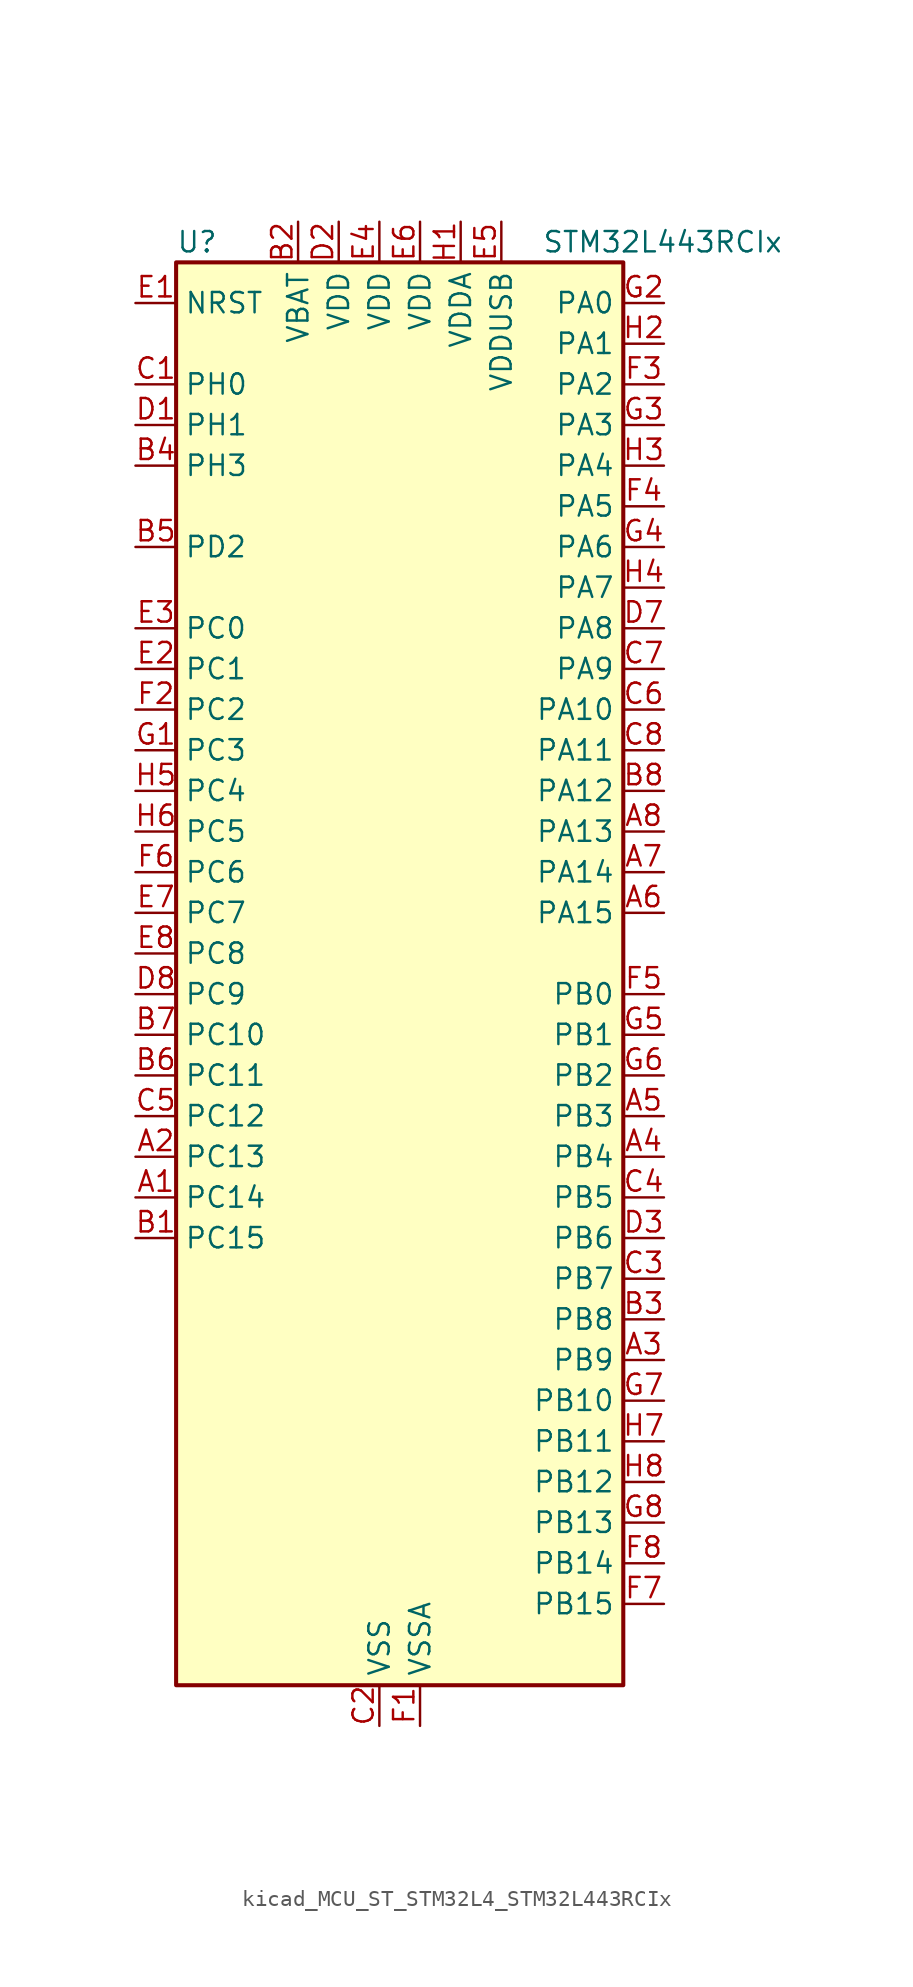
<source format=kicad_sym>
(kicad_symbol_lib
  (version 20220914)
  (generator kicad_symbol_editor)
  (symbol "kicad_MCU_ST_STM32L4_STM32L443RCIx"
    (property "Reference" "U"
      (at -12.7 46.99 0)
      (effects (font (size 1.27 1.27)) (justify left)))
    (property "Value" "STM32L443RCIx"
      (at 10.16 46.99 0)
      (effects (font (size 1.27 1.27)) (justify left)))
    (property "ki_locked" ""
      (at 0 0 0)
      (effects (font (size 1.27 1.27))))
    (symbol "kicad_MCU_ST_STM32L4_STM32L443RCIx_0_1"
      (rectangle (start -12.7 -43.18) (end 15.24 45.72) (stroke (width 0.254) (type default)) (fill (type background))))
    (symbol "kicad_MCU_ST_STM32L4_STM32L443RCIx_1_1"
      (pin bidirectional line (at -15.24 -12.7 0) (length 2.54) (name "PC14" (effects (font (size 1.27 1.27)))) (number "A1" (effects (font (size 1.27 1.27)))) (alternate "RCC_OSC32_IN" bidirectional line))
      (pin bidirectional line (at -15.24 -10.16 0) (length 2.54) (name "PC13" (effects (font (size 1.27 1.27)))) (number "A2" (effects (font (size 1.27 1.27)))) (alternate "RTC_OUT_ALARM" bidirectional line) (alternate "RTC_OUT_CALIB" bidirectional line) (alternate "RTC_TAMP1" bidirectional line) (alternate "RTC_TS" bidirectional line) (alternate "SYS_WKUP2" bidirectional line))
      (pin bidirectional line (at 17.78 -22.86 180) (length 2.54) (name "PB9" (effects (font (size 1.27 1.27)))) (number "A3" (effects (font (size 1.27 1.27)))) (alternate "CAN1_TX" bidirectional line) (alternate "DAC1_EXTI9" bidirectional line) (alternate "I2C1_SDA" bidirectional line) (alternate "IR_OUT" bidirectional line) (alternate "LCD_COM3" bidirectional line) (alternate "SAI1_FS_A" bidirectional line) (alternate "SDMMC1_D5" bidirectional line) (alternate "SPI2_NSS" bidirectional line))
      (pin bidirectional line (at 17.78 -10.16 180) (length 2.54) (name "PB4" (effects (font (size 1.27 1.27)))) (number "A4" (effects (font (size 1.27 1.27)))) (alternate "COMP2_INP" bidirectional line) (alternate "I2C3_SDA" bidirectional line) (alternate "LCD_SEG8" bidirectional line) (alternate "SAI1_MCLK_B" bidirectional line) (alternate "SPI1_MISO" bidirectional line) (alternate "SPI3_MISO" bidirectional line) (alternate "SYS_JTRST" bidirectional line) (alternate "TSC_G2_IO1" bidirectional line) (alternate "USART1_CTS" bidirectional line))
      (pin bidirectional line (at 17.78 -7.62 180) (length 2.54) (name "PB3" (effects (font (size 1.27 1.27)))) (number "A5" (effects (font (size 1.27 1.27)))) (alternate "COMP2_INM" bidirectional line) (alternate "LCD_SEG7" bidirectional line) (alternate "SAI1_SCK_B" bidirectional line) (alternate "SPI1_SCK" bidirectional line) (alternate "SPI3_SCK" bidirectional line) (alternate "SYS_JTDO-SWO" bidirectional line) (alternate "TIM2_CH2" bidirectional line) (alternate "USART1_DE" bidirectional line) (alternate "USART1_RTS" bidirectional line))
      (pin bidirectional line (at 17.78 5.08 180) (length 2.54) (name "PA15" (effects (font (size 1.27 1.27)))) (number "A6" (effects (font (size 1.27 1.27)))) (alternate "ADC1_EXTI15" bidirectional line) (alternate "LCD_SEG17" bidirectional line) (alternate "SPI1_NSS" bidirectional line) (alternate "SPI3_NSS" bidirectional line) (alternate "SWPMI1_SUSPEND" bidirectional line) (alternate "SYS_JTDI" bidirectional line) (alternate "TIM2_CH1" bidirectional line) (alternate "TIM2_ETR" bidirectional line) (alternate "TSC_G3_IO1" bidirectional line) (alternate "USART2_RX" bidirectional line) (alternate "USART3_DE" bidirectional line) (alternate "USART3_RTS" bidirectional line))
      (pin bidirectional line (at 17.78 7.62 180) (length 2.54) (name "PA14" (effects (font (size 1.27 1.27)))) (number "A7" (effects (font (size 1.27 1.27)))) (alternate "I2C1_SMBA" bidirectional line) (alternate "LPTIM1_OUT" bidirectional line) (alternate "SAI1_FS_B" bidirectional line) (alternate "SWPMI1_RX" bidirectional line) (alternate "SYS_JTCK-SWCLK" bidirectional line))
      (pin bidirectional line (at 17.78 10.16 180) (length 2.54) (name "PA13" (effects (font (size 1.27 1.27)))) (number "A8" (effects (font (size 1.27 1.27)))) (alternate "IR_OUT" bidirectional line) (alternate "SAI1_SD_B" bidirectional line) (alternate "SWPMI1_TX" bidirectional line) (alternate "SYS_JTMS-SWDIO" bidirectional line) (alternate "USB_NOE" bidirectional line))
      (pin bidirectional line (at -15.24 -15.24 0) (length 2.54) (name "PC15" (effects (font (size 1.27 1.27)))) (number "B1" (effects (font (size 1.27 1.27)))) (alternate "ADC1_EXTI15" bidirectional line) (alternate "RCC_OSC32_OUT" bidirectional line))
      (pin power_in line (at -5.08 48.26 270) (length 2.54) (name "VBAT" (effects (font (size 1.27 1.27)))) (number "B2" (effects (font (size 1.27 1.27)))))
      (pin bidirectional line (at 17.78 -20.32 180) (length 2.54) (name "PB8" (effects (font (size 1.27 1.27)))) (number "B3" (effects (font (size 1.27 1.27)))) (alternate "CAN1_RX" bidirectional line) (alternate "I2C1_SCL" bidirectional line) (alternate "LCD_SEG16" bidirectional line) (alternate "SAI1_MCLK_A" bidirectional line) (alternate "SDMMC1_D4" bidirectional line) (alternate "TIM16_CH1" bidirectional line))
      (pin bidirectional line (at -15.24 33.02 0) (length 2.54) (name "PH3" (effects (font (size 1.27 1.27)))) (number "B4" (effects (font (size 1.27 1.27)))))
      (pin bidirectional line (at -15.24 27.94 0) (length 2.54) (name "PD2" (effects (font (size 1.27 1.27)))) (number "B5" (effects (font (size 1.27 1.27)))) (alternate "LCD_COM7" bidirectional line) (alternate "LCD_SEG31" bidirectional line) (alternate "LCD_SEG43" bidirectional line) (alternate "SDMMC1_CMD" bidirectional line) (alternate "TSC_SYNC" bidirectional line) (alternate "USART3_DE" bidirectional line) (alternate "USART3_RTS" bidirectional line))
      (pin bidirectional line (at -15.24 -5.08 0) (length 2.54) (name "PC11" (effects (font (size 1.27 1.27)))) (number "B6" (effects (font (size 1.27 1.27)))) (alternate "ADC1_EXTI11" bidirectional line) (alternate "LCD_COM5" bidirectional line) (alternate "LCD_SEG29" bidirectional line) (alternate "LCD_SEG41" bidirectional line) (alternate "SDMMC1_D3" bidirectional line) (alternate "SPI3_MISO" bidirectional line) (alternate "TSC_G3_IO3" bidirectional line) (alternate "USART3_RX" bidirectional line))
      (pin bidirectional line (at -15.24 -2.54 0) (length 2.54) (name "PC10" (effects (font (size 1.27 1.27)))) (number "B7" (effects (font (size 1.27 1.27)))) (alternate "LCD_COM4" bidirectional line) (alternate "LCD_SEG28" bidirectional line) (alternate "LCD_SEG40" bidirectional line) (alternate "SDMMC1_D2" bidirectional line) (alternate "SPI3_SCK" bidirectional line) (alternate "TSC_G3_IO2" bidirectional line) (alternate "USART3_TX" bidirectional line))
      (pin bidirectional line (at 17.78 12.7 180) (length 2.54) (name "PA12" (effects (font (size 1.27 1.27)))) (number "B8" (effects (font (size 1.27 1.27)))) (alternate "CAN1_TX" bidirectional line) (alternate "SPI1_MOSI" bidirectional line) (alternate "TIM1_ETR" bidirectional line) (alternate "USART1_DE" bidirectional line) (alternate "USART1_RTS" bidirectional line) (alternate "USB_DP" bidirectional line))
      (pin bidirectional line (at -15.24 38.1 0) (length 2.54) (name "PH0" (effects (font (size 1.27 1.27)))) (number "C1" (effects (font (size 1.27 1.27)))) (alternate "RCC_OSC_IN" bidirectional line))
      (pin power_in line (at 0 -45.72 90) (length 2.54) (name "VSS" (effects (font (size 1.27 1.27)))) (number "C2" (effects (font (size 1.27 1.27)))))
      (pin bidirectional line (at 17.78 -17.78 180) (length 2.54) (name "PB7" (effects (font (size 1.27 1.27)))) (number "C3" (effects (font (size 1.27 1.27)))) (alternate "COMP2_INM" bidirectional line) (alternate "I2C1_SDA" bidirectional line) (alternate "LCD_SEG21" bidirectional line) (alternate "LPTIM1_IN2" bidirectional line) (alternate "SYS_PVD_IN" bidirectional line) (alternate "TSC_G2_IO4" bidirectional line) (alternate "USART1_RX" bidirectional line))
      (pin bidirectional line (at 17.78 -12.7 180) (length 2.54) (name "PB5" (effects (font (size 1.27 1.27)))) (number "C4" (effects (font (size 1.27 1.27)))) (alternate "COMP2_OUT" bidirectional line) (alternate "I2C1_SMBA" bidirectional line) (alternate "LCD_SEG9" bidirectional line) (alternate "LPTIM1_IN1" bidirectional line) (alternate "SAI1_SD_B" bidirectional line) (alternate "SPI1_MOSI" bidirectional line) (alternate "SPI3_MOSI" bidirectional line) (alternate "TIM16_BKIN" bidirectional line) (alternate "TSC_G2_IO2" bidirectional line) (alternate "USART1_CK" bidirectional line))
      (pin bidirectional line (at -15.24 -7.62 0) (length 2.54) (name "PC12" (effects (font (size 1.27 1.27)))) (number "C5" (effects (font (size 1.27 1.27)))) (alternate "LCD_COM6" bidirectional line) (alternate "LCD_SEG30" bidirectional line) (alternate "LCD_SEG42" bidirectional line) (alternate "SDMMC1_CK" bidirectional line) (alternate "SPI3_MOSI" bidirectional line) (alternate "TSC_G3_IO4" bidirectional line) (alternate "USART3_CK" bidirectional line))
      (pin bidirectional line (at 17.78 17.78 180) (length 2.54) (name "PA10" (effects (font (size 1.27 1.27)))) (number "C6" (effects (font (size 1.27 1.27)))) (alternate "CRS_SYNC" bidirectional line) (alternate "I2C1_SDA" bidirectional line) (alternate "LCD_COM2" bidirectional line) (alternate "SAI1_SD_A" bidirectional line) (alternate "TIM1_CH3" bidirectional line) (alternate "USART1_RX" bidirectional line))
      (pin bidirectional line (at 17.78 20.32 180) (length 2.54) (name "PA9" (effects (font (size 1.27 1.27)))) (number "C7" (effects (font (size 1.27 1.27)))) (alternate "DAC1_EXTI9" bidirectional line) (alternate "I2C1_SCL" bidirectional line) (alternate "LCD_COM1" bidirectional line) (alternate "SAI1_FS_A" bidirectional line) (alternate "TIM15_BKIN" bidirectional line) (alternate "TIM1_CH2" bidirectional line) (alternate "USART1_TX" bidirectional line))
      (pin bidirectional line (at 17.78 15.24 180) (length 2.54) (name "PA11" (effects (font (size 1.27 1.27)))) (number "C8" (effects (font (size 1.27 1.27)))) (alternate "ADC1_EXTI11" bidirectional line) (alternate "CAN1_RX" bidirectional line) (alternate "COMP1_OUT" bidirectional line) (alternate "SPI1_MISO" bidirectional line) (alternate "TIM1_BKIN2" bidirectional line) (alternate "TIM1_BKIN2_COMP1" bidirectional line) (alternate "TIM1_CH4" bidirectional line) (alternate "USART1_CTS" bidirectional line) (alternate "USB_DM" bidirectional line))
      (pin bidirectional line (at -15.24 35.56 0) (length 2.54) (name "PH1" (effects (font (size 1.27 1.27)))) (number "D1" (effects (font (size 1.27 1.27)))) (alternate "RCC_OSC_OUT" bidirectional line))
      (pin power_in line (at -2.54 48.26 270) (length 2.54) (name "VDD" (effects (font (size 1.27 1.27)))) (number "D2" (effects (font (size 1.27 1.27)))))
      (pin bidirectional line (at 17.78 -15.24 180) (length 2.54) (name "PB6" (effects (font (size 1.27 1.27)))) (number "D3" (effects (font (size 1.27 1.27)))) (alternate "COMP2_INP" bidirectional line) (alternate "I2C1_SCL" bidirectional line) (alternate "LPTIM1_ETR" bidirectional line) (alternate "SAI1_FS_B" bidirectional line) (alternate "TIM16_CH1N" bidirectional line) (alternate "TSC_G2_IO3" bidirectional line) (alternate "USART1_TX" bidirectional line))
      (pin passive line (at 0 -45.72 90) (length 2.54) hide (name "VSS" (effects (font (size 1.27 1.27)))) (number "D4" (effects (font (size 1.27 1.27)))))
      (pin passive line (at 0 -45.72 90) (length 2.54) hide (name "VSS" (effects (font (size 1.27 1.27)))) (number "D5" (effects (font (size 1.27 1.27)))))
      (pin passive line (at 0 -45.72 90) (length 2.54) hide (name "VSS" (effects (font (size 1.27 1.27)))) (number "D6" (effects (font (size 1.27 1.27)))))
      (pin bidirectional line (at 17.78 22.86 180) (length 2.54) (name "PA8" (effects (font (size 1.27 1.27)))) (number "D7" (effects (font (size 1.27 1.27)))) (alternate "LCD_COM0" bidirectional line) (alternate "LPTIM2_OUT" bidirectional line) (alternate "RCC_MCO" bidirectional line) (alternate "SAI1_SCK_A" bidirectional line) (alternate "SWPMI1_IO" bidirectional line) (alternate "TIM1_CH1" bidirectional line) (alternate "USART1_CK" bidirectional line))
      (pin bidirectional line (at -15.24 0 0) (length 2.54) (name "PC9" (effects (font (size 1.27 1.27)))) (number "D8" (effects (font (size 1.27 1.27)))) (alternate "DAC1_EXTI9" bidirectional line) (alternate "LCD_SEG27" bidirectional line) (alternate "SDMMC1_D1" bidirectional line) (alternate "TSC_G4_IO4" bidirectional line) (alternate "USB_NOE" bidirectional line))
      (pin input line (at -15.24 43.18 0) (length 2.54) (name "NRST" (effects (font (size 1.27 1.27)))) (number "E1" (effects (font (size 1.27 1.27)))))
      (pin bidirectional line (at -15.24 20.32 0) (length 2.54) (name "PC1" (effects (font (size 1.27 1.27)))) (number "E2" (effects (font (size 1.27 1.27)))) (alternate "ADC1_IN2" bidirectional line) (alternate "I2C3_SDA" bidirectional line) (alternate "LCD_SEG19" bidirectional line) (alternate "LPTIM1_OUT" bidirectional line) (alternate "LPUART1_TX" bidirectional line))
      (pin bidirectional line (at -15.24 22.86 0) (length 2.54) (name "PC0" (effects (font (size 1.27 1.27)))) (number "E3" (effects (font (size 1.27 1.27)))) (alternate "ADC1_IN1" bidirectional line) (alternate "I2C3_SCL" bidirectional line) (alternate "LCD_SEG18" bidirectional line) (alternate "LPTIM1_IN1" bidirectional line) (alternate "LPTIM2_IN1" bidirectional line) (alternate "LPUART1_RX" bidirectional line))
      (pin power_in line (at 0 48.26 270) (length 2.54) (name "VDD" (effects (font (size 1.27 1.27)))) (number "E4" (effects (font (size 1.27 1.27)))))
      (pin power_in line (at 7.62 48.26 270) (length 2.54) (name "VDDUSB" (effects (font (size 1.27 1.27)))) (number "E5" (effects (font (size 1.27 1.27)))))
      (pin power_in line (at 2.54 48.26 270) (length 2.54) (name "VDD" (effects (font (size 1.27 1.27)))) (number "E6" (effects (font (size 1.27 1.27)))))
      (pin bidirectional line (at -15.24 5.08 0) (length 2.54) (name "PC7" (effects (font (size 1.27 1.27)))) (number "E7" (effects (font (size 1.27 1.27)))) (alternate "LCD_SEG25" bidirectional line) (alternate "SDMMC1_D7" bidirectional line) (alternate "TSC_G4_IO2" bidirectional line))
      (pin bidirectional line (at -15.24 2.54 0) (length 2.54) (name "PC8" (effects (font (size 1.27 1.27)))) (number "E8" (effects (font (size 1.27 1.27)))) (alternate "LCD_SEG26" bidirectional line) (alternate "SDMMC1_D0" bidirectional line) (alternate "TSC_G4_IO3" bidirectional line))
      (pin power_in line (at 2.54 -45.72 90) (length 2.54) (name "VSSA" (effects (font (size 1.27 1.27)))) (number "F1" (effects (font (size 1.27 1.27)))))
      (pin bidirectional line (at -15.24 17.78 0) (length 2.54) (name "PC2" (effects (font (size 1.27 1.27)))) (number "F2" (effects (font (size 1.27 1.27)))) (alternate "ADC1_IN3" bidirectional line) (alternate "LCD_SEG20" bidirectional line) (alternate "LPTIM1_IN2" bidirectional line) (alternate "SPI2_MISO" bidirectional line))
      (pin bidirectional line (at 17.78 38.1 180) (length 2.54) (name "PA2" (effects (font (size 1.27 1.27)))) (number "F3" (effects (font (size 1.27 1.27)))) (alternate "ADC1_IN7" bidirectional line) (alternate "COMP2_INM" bidirectional line) (alternate "COMP2_OUT" bidirectional line) (alternate "LCD_SEG1" bidirectional line) (alternate "LPUART1_TX" bidirectional line) (alternate "QUADSPI_BK1_NCS" bidirectional line) (alternate "RCC_LSCO" bidirectional line) (alternate "SYS_WKUP4" bidirectional line) (alternate "TIM15_CH1" bidirectional line) (alternate "TIM2_CH3" bidirectional line) (alternate "USART2_TX" bidirectional line))
      (pin bidirectional line (at 17.78 30.48 180) (length 2.54) (name "PA5" (effects (font (size 1.27 1.27)))) (number "F4" (effects (font (size 1.27 1.27)))) (alternate "ADC1_IN10" bidirectional line) (alternate "COMP1_INM" bidirectional line) (alternate "COMP2_INM" bidirectional line) (alternate "DAC1_OUT2" bidirectional line) (alternate "LPTIM2_ETR" bidirectional line) (alternate "SPI1_SCK" bidirectional line) (alternate "TIM2_CH1" bidirectional line) (alternate "TIM2_ETR" bidirectional line))
      (pin bidirectional line (at 17.78 0 180) (length 2.54) (name "PB0" (effects (font (size 1.27 1.27)))) (number "F5" (effects (font (size 1.27 1.27)))) (alternate "ADC1_IN15" bidirectional line) (alternate "COMP1_OUT" bidirectional line) (alternate "LCD_SEG5" bidirectional line) (alternate "QUADSPI_BK1_IO1" bidirectional line) (alternate "SAI1_EXTCLK" bidirectional line) (alternate "SPI1_NSS" bidirectional line) (alternate "TIM1_CH2N" bidirectional line) (alternate "USART3_CK" bidirectional line))
      (pin bidirectional line (at -15.24 7.62 0) (length 2.54) (name "PC6" (effects (font (size 1.27 1.27)))) (number "F6" (effects (font (size 1.27 1.27)))) (alternate "LCD_SEG24" bidirectional line) (alternate "SDMMC1_D6" bidirectional line) (alternate "TSC_G4_IO1" bidirectional line))
      (pin bidirectional line (at 17.78 -38.1 180) (length 2.54) (name "PB15" (effects (font (size 1.27 1.27)))) (number "F7" (effects (font (size 1.27 1.27)))) (alternate "ADC1_EXTI15" bidirectional line) (alternate "LCD_SEG15" bidirectional line) (alternate "RTC_REFIN" bidirectional line) (alternate "SAI1_SD_A" bidirectional line) (alternate "SPI2_MOSI" bidirectional line) (alternate "SWPMI1_SUSPEND" bidirectional line) (alternate "TIM15_CH2" bidirectional line) (alternate "TIM1_CH3N" bidirectional line) (alternate "TSC_G1_IO4" bidirectional line))
      (pin bidirectional line (at 17.78 -35.56 180) (length 2.54) (name "PB14" (effects (font (size 1.27 1.27)))) (number "F8" (effects (font (size 1.27 1.27)))) (alternate "I2C2_SDA" bidirectional line) (alternate "LCD_SEG14" bidirectional line) (alternate "SAI1_MCLK_A" bidirectional line) (alternate "SPI2_MISO" bidirectional line) (alternate "SWPMI1_RX" bidirectional line) (alternate "TIM15_CH1" bidirectional line) (alternate "TIM1_CH2N" bidirectional line) (alternate "TSC_G1_IO3" bidirectional line) (alternate "USART3_DE" bidirectional line) (alternate "USART3_RTS" bidirectional line))
      (pin bidirectional line (at -15.24 15.24 0) (length 2.54) (name "PC3" (effects (font (size 1.27 1.27)))) (number "G1" (effects (font (size 1.27 1.27)))) (alternate "ADC1_IN4" bidirectional line) (alternate "LCD_VLCD" bidirectional line) (alternate "LPTIM1_ETR" bidirectional line) (alternate "LPTIM2_ETR" bidirectional line) (alternate "SAI1_SD_A" bidirectional line) (alternate "SPI2_MOSI" bidirectional line))
      (pin bidirectional line (at 17.78 43.18 180) (length 2.54) (name "PA0" (effects (font (size 1.27 1.27)))) (number "G2" (effects (font (size 1.27 1.27)))) (alternate "ADC1_IN5" bidirectional line) (alternate "COMP1_INM" bidirectional line) (alternate "COMP1_OUT" bidirectional line) (alternate "OPAMP1_VINP" bidirectional line) (alternate "RTC_TAMP2" bidirectional line) (alternate "SAI1_EXTCLK" bidirectional line) (alternate "SYS_WKUP1" bidirectional line) (alternate "TIM2_CH1" bidirectional line) (alternate "TIM2_ETR" bidirectional line) (alternate "USART2_CTS" bidirectional line))
      (pin bidirectional line (at 17.78 35.56 180) (length 2.54) (name "PA3" (effects (font (size 1.27 1.27)))) (number "G3" (effects (font (size 1.27 1.27)))) (alternate "ADC1_IN8" bidirectional line) (alternate "COMP2_INP" bidirectional line) (alternate "LCD_SEG2" bidirectional line) (alternate "LPUART1_RX" bidirectional line) (alternate "OPAMP1_VOUT" bidirectional line) (alternate "QUADSPI_CLK" bidirectional line) (alternate "SAI1_MCLK_A" bidirectional line) (alternate "TIM15_CH2" bidirectional line) (alternate "TIM2_CH4" bidirectional line) (alternate "USART2_RX" bidirectional line))
      (pin bidirectional line (at 17.78 27.94 180) (length 2.54) (name "PA6" (effects (font (size 1.27 1.27)))) (number "G4" (effects (font (size 1.27 1.27)))) (alternate "ADC1_IN11" bidirectional line) (alternate "COMP1_OUT" bidirectional line) (alternate "LCD_SEG3" bidirectional line) (alternate "LPUART1_CTS" bidirectional line) (alternate "QUADSPI_BK1_IO3" bidirectional line) (alternate "SPI1_MISO" bidirectional line) (alternate "TIM16_CH1" bidirectional line) (alternate "TIM1_BKIN" bidirectional line) (alternate "TIM1_BKIN_COMP2" bidirectional line) (alternate "USART3_CTS" bidirectional line))
      (pin bidirectional line (at 17.78 -2.54 180) (length 2.54) (name "PB1" (effects (font (size 1.27 1.27)))) (number "G5" (effects (font (size 1.27 1.27)))) (alternate "ADC1_IN16" bidirectional line) (alternate "COMP1_INM" bidirectional line) (alternate "LCD_SEG6" bidirectional line) (alternate "LPTIM2_IN1" bidirectional line) (alternate "LPUART1_DE" bidirectional line) (alternate "LPUART1_RTS" bidirectional line) (alternate "QUADSPI_BK1_IO0" bidirectional line) (alternate "TIM1_CH3N" bidirectional line) (alternate "USART3_DE" bidirectional line) (alternate "USART3_RTS" bidirectional line))
      (pin bidirectional line (at 17.78 -5.08 180) (length 2.54) (name "PB2" (effects (font (size 1.27 1.27)))) (number "G6" (effects (font (size 1.27 1.27)))) (alternate "COMP1_INP" bidirectional line) (alternate "I2C3_SMBA" bidirectional line) (alternate "LCD_VLCD" bidirectional line) (alternate "LPTIM1_OUT" bidirectional line) (alternate "RTC_OUT_ALARM" bidirectional line) (alternate "RTC_OUT_CALIB" bidirectional line))
      (pin bidirectional line (at 17.78 -25.4 180) (length 2.54) (name "PB10" (effects (font (size 1.27 1.27)))) (number "G7" (effects (font (size 1.27 1.27)))) (alternate "COMP1_OUT" bidirectional line) (alternate "I2C2_SCL" bidirectional line) (alternate "LCD_SEG10" bidirectional line) (alternate "LPUART1_RX" bidirectional line) (alternate "QUADSPI_CLK" bidirectional line) (alternate "SAI1_SCK_A" bidirectional line) (alternate "SPI2_SCK" bidirectional line) (alternate "TIM2_CH3" bidirectional line) (alternate "TSC_SYNC" bidirectional line) (alternate "USART3_TX" bidirectional line))
      (pin bidirectional line (at 17.78 -33.02 180) (length 2.54) (name "PB13" (effects (font (size 1.27 1.27)))) (number "G8" (effects (font (size 1.27 1.27)))) (alternate "I2C2_SCL" bidirectional line) (alternate "LCD_SEG13" bidirectional line) (alternate "LPUART1_CTS" bidirectional line) (alternate "SAI1_SCK_A" bidirectional line) (alternate "SPI2_SCK" bidirectional line) (alternate "SWPMI1_TX" bidirectional line) (alternate "TIM15_CH1N" bidirectional line) (alternate "TIM1_CH1N" bidirectional line) (alternate "TSC_G1_IO2" bidirectional line) (alternate "USART3_CTS" bidirectional line))
      (pin power_in line (at 5.08 48.26 270) (length 2.54) (name "VDDA" (effects (font (size 1.27 1.27)))) (number "H1" (effects (font (size 1.27 1.27)))))
      (pin bidirectional line (at 17.78 40.64 180) (length 2.54) (name "PA1" (effects (font (size 1.27 1.27)))) (number "H2" (effects (font (size 1.27 1.27)))) (alternate "ADC1_IN6" bidirectional line) (alternate "COMP1_INP" bidirectional line) (alternate "I2C1_SMBA" bidirectional line) (alternate "LCD_SEG0" bidirectional line) (alternate "OPAMP1_VINM" bidirectional line) (alternate "SPI1_SCK" bidirectional line) (alternate "TIM15_CH1N" bidirectional line) (alternate "TIM2_CH2" bidirectional line) (alternate "USART2_DE" bidirectional line) (alternate "USART2_RTS" bidirectional line))
      (pin bidirectional line (at 17.78 33.02 180) (length 2.54) (name "PA4" (effects (font (size 1.27 1.27)))) (number "H3" (effects (font (size 1.27 1.27)))) (alternate "ADC1_IN9" bidirectional line) (alternate "COMP1_INM" bidirectional line) (alternate "COMP2_INM" bidirectional line) (alternate "DAC1_OUT1" bidirectional line) (alternate "LPTIM2_OUT" bidirectional line) (alternate "SAI1_FS_B" bidirectional line) (alternate "SPI1_NSS" bidirectional line) (alternate "SPI3_NSS" bidirectional line) (alternate "USART2_CK" bidirectional line))
      (pin bidirectional line (at 17.78 25.4 180) (length 2.54) (name "PA7" (effects (font (size 1.27 1.27)))) (number "H4" (effects (font (size 1.27 1.27)))) (alternate "ADC1_IN12" bidirectional line) (alternate "COMP2_OUT" bidirectional line) (alternate "I2C3_SCL" bidirectional line) (alternate "LCD_SEG4" bidirectional line) (alternate "QUADSPI_BK1_IO2" bidirectional line) (alternate "SPI1_MOSI" bidirectional line) (alternate "TIM1_CH1N" bidirectional line))
      (pin bidirectional line (at -15.24 12.7 0) (length 2.54) (name "PC4" (effects (font (size 1.27 1.27)))) (number "H5" (effects (font (size 1.27 1.27)))) (alternate "ADC1_IN13" bidirectional line) (alternate "COMP1_INM" bidirectional line) (alternate "LCD_SEG22" bidirectional line) (alternate "USART3_TX" bidirectional line))
      (pin bidirectional line (at -15.24 10.16 0) (length 2.54) (name "PC5" (effects (font (size 1.27 1.27)))) (number "H6" (effects (font (size 1.27 1.27)))) (alternate "ADC1_IN14" bidirectional line) (alternate "COMP1_INP" bidirectional line) (alternate "LCD_SEG23" bidirectional line) (alternate "SYS_WKUP5" bidirectional line) (alternate "USART3_RX" bidirectional line))
      (pin bidirectional line (at 17.78 -27.94 180) (length 2.54) (name "PB11" (effects (font (size 1.27 1.27)))) (number "H7" (effects (font (size 1.27 1.27)))) (alternate "ADC1_EXTI11" bidirectional line) (alternate "COMP2_OUT" bidirectional line) (alternate "I2C2_SDA" bidirectional line) (alternate "LCD_SEG11" bidirectional line) (alternate "LPUART1_TX" bidirectional line) (alternate "QUADSPI_BK1_NCS" bidirectional line) (alternate "TIM2_CH4" bidirectional line) (alternate "USART3_RX" bidirectional line))
      (pin bidirectional line (at 17.78 -30.48 180) (length 2.54) (name "PB12" (effects (font (size 1.27 1.27)))) (number "H8" (effects (font (size 1.27 1.27)))) (alternate "I2C2_SMBA" bidirectional line) (alternate "LCD_SEG12" bidirectional line) (alternate "LPUART1_DE" bidirectional line) (alternate "LPUART1_RTS" bidirectional line) (alternate "SAI1_FS_A" bidirectional line) (alternate "SPI2_NSS" bidirectional line) (alternate "SWPMI1_IO" bidirectional line) (alternate "TIM15_BKIN" bidirectional line) (alternate "TIM1_BKIN" bidirectional line) (alternate "TIM1_BKIN_COMP2" bidirectional line) (alternate "TSC_G1_IO1" bidirectional line) (alternate "USART3_CK" bidirectional line)))))
</source>
